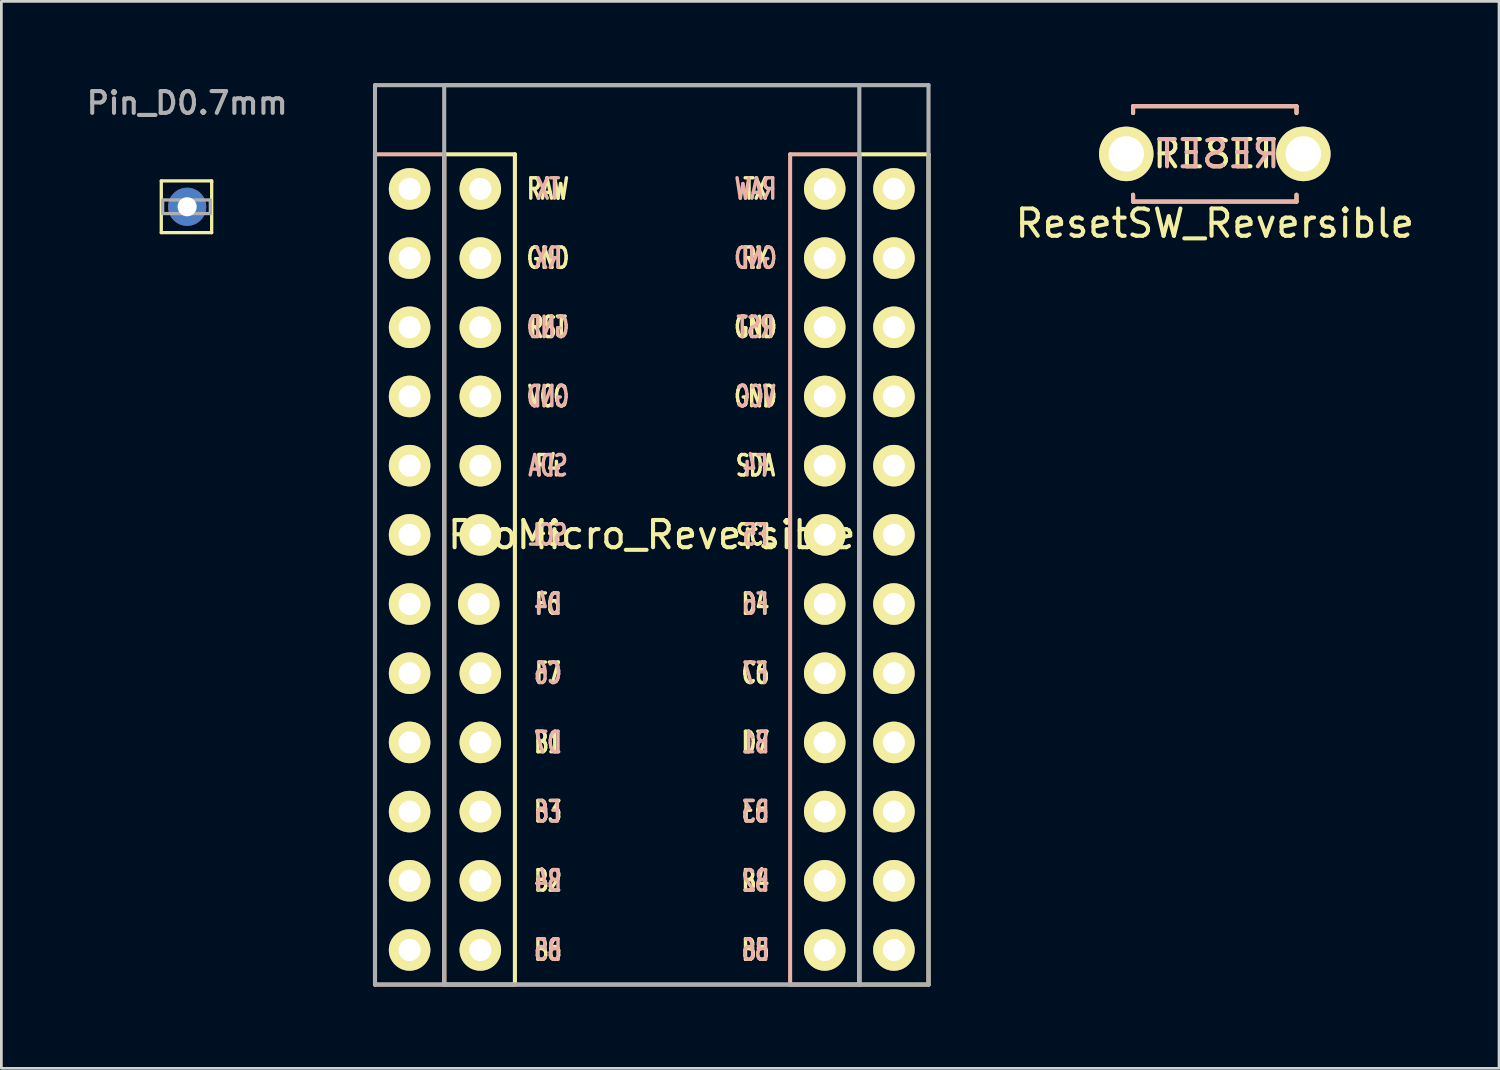
<source format=kicad_pcb>
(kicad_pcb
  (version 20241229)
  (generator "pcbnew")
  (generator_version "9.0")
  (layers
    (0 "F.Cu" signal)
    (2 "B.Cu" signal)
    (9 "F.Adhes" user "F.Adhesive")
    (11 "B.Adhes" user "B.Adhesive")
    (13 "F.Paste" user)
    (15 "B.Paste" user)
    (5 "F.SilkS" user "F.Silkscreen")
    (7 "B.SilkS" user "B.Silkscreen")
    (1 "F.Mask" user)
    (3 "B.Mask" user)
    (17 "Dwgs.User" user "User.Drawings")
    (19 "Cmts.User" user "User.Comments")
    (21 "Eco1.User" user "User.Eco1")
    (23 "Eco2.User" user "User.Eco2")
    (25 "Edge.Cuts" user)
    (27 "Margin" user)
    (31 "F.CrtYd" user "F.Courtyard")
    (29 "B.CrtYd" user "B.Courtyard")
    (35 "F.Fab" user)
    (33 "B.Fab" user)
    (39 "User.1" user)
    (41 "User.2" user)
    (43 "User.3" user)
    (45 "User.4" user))
  (footprint "ResetSW_Reversible"
    (layer "F.Cu")
    (at 41.547 2.6)
    (property "Reference" "ResetSW_Reversible" (at 0 2.55 180) (layer "F.SilkS") (effects (font (size 1 1) (thickness 0.15))))
    (attr through_hole)
    (fp_line (start -3 -1.75) (end -3 -1.5) (stroke (width 0.15) (type solid)) (layer "F.SilkS"))
    (fp_line (start -3 -1.75) (end 3 -1.75) (stroke (width 0.15) (type solid)) (layer "F.SilkS"))
    (fp_line (start -3 1.75) (end -3 1.5) (stroke (width 0.15) (type solid)) (layer "F.SilkS"))
    (fp_line (start -3 1.75) (end 3 1.75) (stroke (width 0.15) (type solid)) (layer "F.SilkS"))
    (fp_line (start 3 -1.75) (end 3 -1.5) (stroke (width 0.15) (type solid)) (layer "F.SilkS"))
    (fp_line (start 3 1.75) (end 3 1.5) (stroke (width 0.15) (type solid)) (layer "F.SilkS"))
    (fp_line (start -3 -1.75) (end 3 -1.75) (stroke (width 0.15) (type solid)) (layer "B.SilkS"))
    (fp_line (start -3 -1.5) (end -3 -1.75) (stroke (width 0.15) (type solid)) (layer "B.SilkS"))
    (fp_line (start -3 1.75) (end -3 1.5) (stroke (width 0.15) (type solid)) (layer "B.SilkS"))
    (fp_line (start 3 -1.75) (end 3 -1.5) (stroke (width 0.15) (type solid)) (layer "B.SilkS"))
    (fp_line (start 3 1.5) (end 3 1.75) (stroke (width 0.15) (type solid)) (layer "B.SilkS"))
    (fp_line (start 3 1.75) (end -3 1.75) (stroke (width 0.15) (type solid)) (layer "B.SilkS"))
    (fp_line (start -2.54 -2.54) (end -2.54 2.54) (stroke (width 0.12) (type solid)) (layer "Eco2.User"))
    (fp_line (start -2.54 2.54) (end 2.54 2.54) (stroke (width 0.12) (type solid)) (layer "Eco2.User"))
    (fp_line (start 2.54 -2.54) (end -2.54 -2.54) (stroke (width 0.12) (type solid)) (layer "Eco2.User"))
    (fp_line (start 2.54 2.54) (end 2.54 -2.54) (stroke (width 0.12) (type solid)) (layer "Eco2.User"))
    (fp_text user "RESET" (at 0 0 180) (layer "F.SilkS") (effects (font (size 1 1) (thickness 0.15))))
    (fp_text user "RESET" (at 0.127 0 180) (layer "B.SilkS") (effects (font (size 1 1) (thickness 0.15)) (justify mirror)))
    (pad "1" thru_hole circle (at 3.25 0) (size 2 2) (drill 1.3) (layers "*.Cu" "*.Mask" "F.SilkS"))
    (pad "2" thru_hole circle (at -3.25 0) (size 2 2) (drill 1.3) (layers "*.Cu" "*.Mask" "F.SilkS")))
  (footprint "ProMicro_Reversible"
    (layer "F.Cu")
    (at 20.877 16.585)
    (property "Reference" "ProMicro_Reversible" (at 0 0 180) (layer "F.SilkS") (effects (font (size 1 1) (thickness 0.15))))
    (attr through_hole)
    (fp_line (start -7.62 16.51) (end -7.62 -13.97) (stroke (width 0.15) (type solid)) (layer "F.SilkS"))
    (fp_line (start -7.564 -13.97) (end -5.024 -13.97) (stroke (width 0.15) (type solid)) (layer "F.SilkS"))
    (fp_line (start -5.08 16.51) (end -7.62 16.51) (stroke (width 0.15) (type solid)) (layer "F.SilkS"))
    (fp_line (start -5.024 -13.97) (end -5.024 16.51) (stroke (width 0.15) (type solid)) (layer "F.SilkS"))
    (fp_line (start 7.62 -13.97) (end 10.16 -13.97) (stroke (width 0.15) (type solid)) (layer "F.SilkS"))
    (fp_line (start 7.62 16.51) (end 7.62 -13.97) (stroke (width 0.15) (type solid)) (layer "F.SilkS"))
    (fp_line (start 10.16 -13.97) (end 10.16 16.51) (stroke (width 0.15) (type solid)) (layer "F.SilkS"))
    (fp_line (start 10.16 16.51) (end 7.62 16.51) (stroke (width 0.15) (type solid)) (layer "F.SilkS"))
    (fp_line (start -10.16 -13.97) (end -7.62 -13.97) (stroke (width 0.15) (type solid)) (layer "B.SilkS"))
    (fp_line (start -10.16 16.51) (end -10.16 -13.97) (stroke (width 0.15) (type solid)) (layer "B.SilkS"))
    (fp_line (start -7.62 -13.97) (end -7.62 16.51) (stroke (width 0.15) (type solid)) (layer "B.SilkS"))
    (fp_line (start -7.62 16.51) (end -10.16 16.51) (stroke (width 0.15) (type solid)) (layer "B.SilkS"))
    (fp_line (start 5.08 -13.97) (end 7.62 -13.97) (stroke (width 0.15) (type solid)) (layer "B.SilkS"))
    (fp_line (start 5.08 16.51) (end 5.08 -13.97) (stroke (width 0.15) (type solid)) (layer "B.SilkS"))
    (fp_line (start 7.62 -13.97) (end 7.62 16.51) (stroke (width 0.15) (type solid)) (layer "B.SilkS"))
    (fp_line (start 7.62 16.51) (end 5.08 16.51) (stroke (width 0.15) (type solid)) (layer "B.SilkS"))
    (fp_line (start -10.16 -16.51) (end 7.62 -16.51) (stroke (width 0.15) (type solid)) (layer "F.Fab"))
    (fp_line (start -10.16 16.51) (end -10.16 -16.51) (stroke (width 0.15) (type solid)) (layer "F.Fab"))
    (fp_line (start -7.62 -16.51) (end 10.16 -16.51) (stroke (width 0.15) (type solid)) (layer "F.Fab"))
    (fp_line (start -7.62 16.51) (end -7.62 -16.51) (stroke (width 0.15) (type solid)) (layer "F.Fab"))
    (fp_line (start 7.62 -16.51) (end 7.62 16.51) (stroke (width 0.15) (type solid)) (layer "F.Fab"))
    (fp_line (start 7.62 16.51) (end -10.16 16.51) (stroke (width 0.15) (type solid)) (layer "F.Fab"))
    (fp_line (start 10.16 -16.51) (end 10.16 16.51) (stroke (width 0.15) (type solid)) (layer "F.Fab"))
    (fp_line (start 10.16 16.51) (end -7.62 16.51) (stroke (width 0.15) (type solid)) (layer "F.Fab"))
    (fp_text user "B5" (at 3.81 15.24 0) (layer "F.SilkS") (effects (font (size 0.75 0.5) (thickness 0.125))))
    (fp_text user "TX" (at 3.81 -12.7 0) (layer "F.SilkS") (effects (font (size 0.75 0.5) (thickness 0.125))))
    (fp_text user "C6" (at 3.81 5.08 0) (layer "F.SilkS") (effects (font (size 0.75 0.5) (thickness 0.125))))
    (fp_text user "B2" (at -3.81 12.7 0) (layer "F.SilkS") (effects (font (size 0.75 0.5) (thickness 0.125))))
    (fp_text user "" (at -0.5 -15.98 0) (layer "F.SilkS") (effects (font (size 1 1) (thickness 0.15))))
    (fp_text user "RX" (at 3.81 -10.16 0) (layer "F.SilkS") (effects (font (size 0.75 0.5) (thickness 0.125))))
    (fp_text user "F4" (at -3.81 -2.54 0) (layer "F.SilkS") (effects (font (size 0.75 0.5) (thickness 0.125))))
    (fp_text user "B6" (at -3.81 15.24 0) (layer "F.SilkS") (effects (font (size 0.75 0.5) (thickness 0.125))))
    (fp_text user "RAW" (at -3.81 -12.7 0) (layer "F.SilkS") (effects (font (size 0.75 0.5) (thickness 0.125))))
    (fp_text user "E6" (at 3.81 10.16 0) (layer "F.SilkS") (effects (font (size 0.75 0.5) (thickness 0.125))))
    (fp_text user "B1" (at -3.81 7.62 0) (layer "F.SilkS") (effects (font (size 0.75 0.5) (thickness 0.125))))
    (fp_text user "SCL" (at 3.81 0 0) (layer "F.SilkS") (effects (font (size 0.75 0.5) (thickness 0.125))))
    (fp_text user "RST" (at -3.81 -7.62 0) (layer "F.SilkS") (effects (font (size 0.75 0.5) (thickness 0.125))))
    (fp_text user "GND" (at 3.81 -7.62 0) (layer "F.SilkS") (effects (font (size 0.75 0.5) (thickness 0.125))))
    (fp_text user "D4" (at 3.81 2.54 0) (layer "F.SilkS") (effects (font (size 0.75 0.5) (thickness 0.125))))
    (fp_text user "GND" (at 3.81 -5.08 0) (layer "F.SilkS") (effects (font (size 0.75 0.5) (thickness 0.125))))
    (fp_text user "B3" (at -3.81 10.16 0) (layer "F.SilkS") (effects (font (size 0.75 0.5) (thickness 0.125))))
    (fp_text user "VCC" (at -3.81 -5.08 0) (layer "F.SilkS") (effects (font (size 0.75 0.5) (thickness 0.125))))
    (fp_text user "B4" (at 3.81 12.7 0) (layer "F.SilkS") (effects (font (size 0.75 0.5) (thickness 0.125))))
    (fp_text user "F6" (at -3.81 2.54 0) (layer "F.SilkS") (effects (font (size 0.75 0.5) (thickness 0.125))))
    (fp_text user "F5" (at -3.81 0 0) (layer "F.SilkS") (effects (font (size 0.75 0.5) (thickness 0.125))))
    (fp_text user "D7" (at 3.81 7.62 0) (layer "F.SilkS") (effects (font (size 0.75 0.5) (thickness 0.125))))
    (fp_text user "SDA" (at 3.81 -2.54 0) (layer "F.SilkS") (effects (font (size 0.75 0.5) (thickness 0.125))))
    (fp_text user "GND" (at -3.81 -10.16 0) (layer "F.SilkS") (effects (font (size 0.75 0.5) (thickness 0.125))))
    (fp_text user "F7" (at -3.81 5.08 0) (layer "F.SilkS") (effects (font (size 0.75 0.5) (thickness 0.125))))
    (fp_text user "RX" (at -3.81 -10.16 0) (layer "B.SilkS") (effects (font (size 0.75 0.5) (thickness 0.125)) (justify mirror)))
    (fp_text user "B4" (at -3.81 12.7 0) (layer "B.SilkS") (effects (font (size 0.75 0.5) (thickness 0.125)) (justify mirror)))
    (fp_text user "C6" (at -3.81 5.08 0) (layer "B.SilkS") (effects (font (size 0.75 0.5) (thickness 0.125)) (justify mirror)))
    (fp_text user "VCC" (at 3.81 -5.08 0) (layer "B.SilkS") (effects (font (size 0.75 0.5) (thickness 0.125)) (justify mirror)))
    (fp_text user "TX" (at -3.81 -12.7 0) (layer "B.SilkS") (effects (font (size 0.75 0.5) (thickness 0.125)) (justify mirror)))
    (fp_text user "D4" (at -3.81 2.54 0) (layer "B.SilkS") (effects (font (size 0.75 0.5) (thickness 0.125)) (justify mirror)))
    (fp_text user "RAW" (at 3.81 -12.7 0) (layer "B.SilkS") (effects (font (size 0.75 0.5) (thickness 0.125)) (justify mirror)))
    (fp_text user "GND" (at -3.81 -7.62 0) (layer "B.SilkS") (effects (font (size 0.75 0.5) (thickness 0.125)) (justify mirror)))
    (fp_text user "B6" (at 3.81 15.24 0) (layer "B.SilkS") (effects (font (size 0.75 0.5) (thickness 0.125)) (justify mirror)))
    (fp_text user "GND" (at -3.81 -5.08 0) (layer "B.SilkS") (effects (font (size 0.75 0.5) (thickness 0.125)) (justify mirror)))
    (fp_text user "F5" (at 3.81 0 0) (layer "B.SilkS") (effects (font (size 0.75 0.5) (thickness 0.125)) (justify mirror)))
    (fp_text user "D7" (at -3.81 7.62 0) (layer "B.SilkS") (effects (font (size 0.75 0.5) (thickness 0.125)) (justify mirror)))
    (fp_text user "F4" (at 3.81 -2.54 0) (layer "B.SilkS") (effects (font (size 0.75 0.5) (thickness 0.125)) (justify mirror)))
    (fp_text user "RST" (at 3.81 -7.62 0) (layer "B.SilkS") (effects (font (size 0.75 0.5) (thickness 0.125)) (justify mirror)))
    (fp_text user "E6" (at -3.81 10.16 0) (layer "B.SilkS") (effects (font (size 0.75 0.5) (thickness 0.125)) (justify mirror)))
    (fp_text user "B3" (at 3.81 10.16 0) (layer "B.SilkS") (effects (font (size 0.75 0.5) (thickness 0.125)) (justify mirror)))
    (fp_text user "F7" (at 3.81 5.08 0) (layer "B.SilkS") (effects (font (size 0.75 0.5) (thickness 0.125)) (justify mirror)))
    (fp_text user "SDA" (at -3.81 -2.54 0) (layer "B.SilkS") (effects (font (size 0.75 0.5) (thickness 0.125)) (justify mirror)))
    (fp_text user "GND" (at 3.81 -10.16 0) (layer "B.SilkS") (effects (font (size 0.75 0.5) (thickness 0.125)) (justify mirror)))
    (fp_text user "B2" (at 3.81 12.7 0) (layer "B.SilkS") (effects (font (size 0.75 0.5) (thickness 0.125)) (justify mirror)))
    (fp_text user "F6" (at 3.81 2.54 0) (layer "B.SilkS") (effects (font (size 0.75 0.5) (thickness 0.125)) (justify mirror)))
    (fp_text user "" (at -1.206 -14.986 0) (layer "B.SilkS") (effects (font (size 1 1) (thickness 0.15)) (justify mirror)))
    (fp_text user "B5" (at -3.81 15.24 0) (layer "B.SilkS") (effects (font (size 0.75 0.5) (thickness 0.125)) (justify mirror)))
    (fp_text user "B1" (at 3.81 7.62 0) (layer "B.SilkS") (effects (font (size 0.75 0.5) (thickness 0.125)) (justify mirror)))
    (fp_text user "SCL" (at -3.81 0 0) (layer "B.SilkS") (effects (font (size 0.75 0.5) (thickness 0.125)) (justify mirror)))
    (pad "1" thru_hole circle (at -8.89 -12.7) (size 1.524 1.524) (drill 0.813) (layers "*.Cu" "*.Mask" "F.SilkS"))
    (pad "1" thru_hole circle (at 8.89 -12.7) (size 1.524 1.524) (drill 0.813) (layers "*.Cu" "*.Mask" "F.SilkS"))
    (pad "2" thru_hole circle (at -8.89 -10.16) (size 1.524 1.524) (drill 0.813) (layers "*.Cu" "*.Mask" "F.SilkS"))
    (pad "2" thru_hole circle (at 8.89 -10.16) (size 1.524 1.524) (drill 0.813) (layers "*.Cu" "*.Mask" "F.SilkS"))
    (pad "3" thru_hole circle (at -8.89 -7.62) (size 1.524 1.524) (drill 0.813) (layers "*.Cu" "*.Mask" "F.SilkS"))
    (pad "3" thru_hole circle (at 8.89 -7.62) (size 1.524 1.524) (drill 0.813) (layers "*.Cu" "*.Mask" "F.SilkS"))
    (pad "4" thru_hole circle (at -8.89 -5.08) (size 1.524 1.524) (drill 0.813) (layers "*.Cu" "*.Mask" "F.SilkS"))
    (pad "4" thru_hole circle (at 8.89 -5.08) (size 1.524 1.524) (drill 0.813) (layers "*.Cu" "*.Mask" "F.SilkS"))
    (pad "5" thru_hole circle (at -8.89 -2.54) (size 1.524 1.524) (drill 0.813) (layers "*.Cu" "*.Mask" "F.SilkS"))
    (pad "5" thru_hole circle (at 8.89 -2.54) (size 1.524 1.524) (drill 0.813) (layers "*.Cu" "*.Mask" "F.SilkS"))
    (pad "6" thru_hole circle (at -8.89 0) (size 1.524 1.524) (drill 0.813) (layers "*.Cu" "*.Mask" "F.SilkS"))
    (pad "6" thru_hole circle (at 8.89 0) (size 1.524 1.524) (drill 0.813) (layers "*.Cu" "*.Mask" "F.SilkS"))
    (pad "7" thru_hole circle (at -8.89 2.54) (size 1.524 1.524) (drill 0.813) (layers "*.Cu" "*.Mask" "F.SilkS"))
    (pad "7" thru_hole circle (at 8.89 2.54) (size 1.524 1.524) (drill 0.813) (layers "*.Cu" "*.Mask" "F.SilkS"))
    (pad "8" thru_hole circle (at -8.89 5.08) (size 1.524 1.524) (drill 0.813) (layers "*.Cu" "*.Mask" "F.SilkS"))
    (pad "8" thru_hole circle (at 8.89 5.08) (size 1.524 1.524) (drill 0.813) (layers "*.Cu" "*.Mask" "F.SilkS"))
    (pad "9" thru_hole circle (at -8.89 7.62) (size 1.524 1.524) (drill 0.813) (layers "*.Cu" "*.Mask" "F.SilkS"))
    (pad "9" thru_hole circle (at 8.89 7.62) (size 1.524 1.524) (drill 0.813) (layers "*.Cu" "*.Mask" "F.SilkS"))
    (pad "10" thru_hole circle (at -8.89 10.16) (size 1.524 1.524) (drill 0.813) (layers "*.Cu" "*.Mask" "F.SilkS"))
    (pad "10" thru_hole circle (at 8.89 10.16) (size 1.524 1.524) (drill 0.813) (layers "*.Cu" "*.Mask" "F.SilkS"))
    (pad "11" thru_hole circle (at -8.89 12.7) (size 1.524 1.524) (drill 0.813) (layers "*.Cu" "*.Mask" "F.SilkS"))
    (pad "11" thru_hole circle (at 8.89 12.7) (size 1.524 1.524) (drill 0.813) (layers "*.Cu" "*.Mask" "F.SilkS"))
    (pad "12" thru_hole circle (at -8.89 15.24) (size 1.524 1.524) (drill 0.813) (layers "*.Cu" "*.Mask" "F.SilkS"))
    (pad "12" thru_hole circle (at 8.89 15.24) (size 1.524 1.524) (drill 0.813) (layers "*.Cu" "*.Mask" "F.SilkS"))
    (pad "13" thru_hole circle (at -6.294 15.24) (size 1.524 1.524) (drill 0.813) (layers "*.Cu" "*.Mask" "F.SilkS"))
    (pad "13" thru_hole circle (at 6.35 15.24) (size 1.524 1.524) (drill 0.813) (layers "*.Cu" "*.Mask" "F.SilkS"))
    (pad "14" thru_hole circle (at -6.294 12.7) (size 1.524 1.524) (drill 0.813) (layers "*.Cu" "*.Mask" "F.SilkS"))
    (pad "14" thru_hole circle (at 6.35 12.7) (size 1.524 1.524) (drill 0.813) (layers "*.Cu" "*.Mask" "F.SilkS"))
    (pad "15" thru_hole circle (at -6.294 10.16) (size 1.524 1.524) (drill 0.813) (layers "*.Cu" "*.Mask" "F.SilkS"))
    (pad "15" thru_hole circle (at 6.35 10.16) (size 1.524 1.524) (drill 0.813) (layers "*.Cu" "*.Mask" "F.SilkS"))
    (pad "16" thru_hole circle (at -6.294 7.62) (size 1.524 1.524) (drill 0.813) (layers "*.Cu" "*.Mask" "F.SilkS"))
    (pad "16" thru_hole circle (at 6.35 7.62) (size 1.524 1.524) (drill 0.813) (layers "*.Cu" "*.Mask" "F.SilkS"))
    (pad "17" thru_hole circle (at -6.294 5.08) (size 1.524 1.524) (drill 0.813) (layers "*.Cu" "*.Mask" "F.SilkS"))
    (pad "17" thru_hole circle (at 6.35 5.08) (size 1.524 1.524) (drill 0.813) (layers "*.Cu" "*.Mask" "F.SilkS"))
    (pad "18" thru_hole circle (at -6.35 2.54) (size 1.524 1.524) (drill 0.813) (layers "*.Cu" "*.Mask" "F.SilkS"))
    (pad "18" thru_hole circle (at 6.35 2.54) (size 1.524 1.524) (drill 0.813) (layers "*.Cu" "*.Mask" "F.SilkS"))
    (pad "19" thru_hole circle (at -6.294 0) (size 1.524 1.524) (drill 0.813) (layers "*.Cu" "*.Mask" "F.SilkS"))
    (pad "19" thru_hole circle (at 6.35 0) (size 1.524 1.524) (drill 0.813) (layers "*.Cu" "*.Mask" "F.SilkS"))
    (pad "20" thru_hole circle (at -6.294 -2.54) (size 1.524 1.524) (drill 0.813) (layers "*.Cu" "*.Mask" "F.SilkS"))
    (pad "20" thru_hole circle (at 6.35 -2.54) (size 1.524 1.524) (drill 0.813) (layers "*.Cu" "*.Mask" "F.SilkS"))
    (pad "21" thru_hole circle (at -6.294 -5.08) (size 1.524 1.524) (drill 0.813) (layers "*.Cu" "*.Mask" "F.SilkS"))
    (pad "21" thru_hole circle (at 6.35 -5.08) (size 1.524 1.524) (drill 0.813) (layers "*.Cu" "*.Mask" "F.SilkS"))
    (pad "22" thru_hole circle (at -6.294 -7.62) (size 1.524 1.524) (drill 0.813) (layers "*.Cu" "*.Mask" "F.SilkS"))
    (pad "22" thru_hole circle (at 6.35 -7.62) (size 1.524 1.524) (drill 0.813) (layers "*.Cu" "*.Mask" "F.SilkS"))
    (pad "23" thru_hole circle (at -6.294 -10.16) (size 1.524 1.524) (drill 0.813) (layers "*.Cu" "*.Mask" "F.SilkS"))
    (pad "23" thru_hole circle (at 6.35 -10.16) (size 1.524 1.524) (drill 0.813) (layers "*.Cu" "*.Mask" "F.SilkS"))
    (pad "24" thru_hole circle (at -6.294 -12.7) (size 1.524 1.524) (drill 0.813) (layers "*.Cu" "*.Mask" "F.SilkS"))
    (pad "24" thru_hole circle (at 6.35 -12.7) (size 1.524 1.524) (drill 0.813) (layers "*.Cu" "*.Mask" "F.SilkS")))
  (footprint "Pin_D0.7mm"
    (layer "F.Cu")
    (at 3.821 4.541)
    (property "Reference" "Pin_D0.7mm" (at 0 -3.81 0) (layer "F.Fab") (effects (font (size 0.8 0.8) (thickness 0.15))))
    (attr through_hole)
    (fp_line (start -0.95 -0.95) (end -0.95 0.95) (stroke (width 0.12) (type solid)) (layer "F.SilkS"))
    (fp_line (start -0.95 0.95) (end 0.9 0.95) (stroke (width 0.12) (type solid)) (layer "F.SilkS"))
    (fp_line (start 0.9 -0.95) (end -0.95 -0.95) (stroke (width 0.12) (type solid)) (layer "F.SilkS"))
    (fp_line (start 0.9 -0.9) (end 0.9 -0.95) (stroke (width 0.12) (type solid)) (layer "F.SilkS"))
    (fp_line (start 0.9 0.95) (end 0.9 -0.9) (stroke (width 0.12) (type solid)) (layer "F.SilkS"))
    (fp_line (start -0.9 -0.25) (end 0.85 -0.25) (stroke (width 0.12) (type solid)) (layer "F.Fab"))
    (fp_line (start -0.9 0.25) (end -0.9 -0.25) (stroke (width 0.12) (type solid)) (layer "F.Fab"))
    (fp_line (start 0.85 -0.25) (end 0.85 0.25) (stroke (width 0.12) (type solid)) (layer "F.Fab"))
    (fp_line (start 0.85 0.25) (end -0.9 0.25) (stroke (width 0.12) (type solid)) (layer "F.Fab"))
    (pad "1" thru_hole circle (at 0 0) (size 1.4 1.4) (drill 0.7) (layers "*.Cu" "*.Mask")))
  (gr_rect
    (start -3 -3)
    (end 51.981 36.17)
    (stroke (width 0.1) (type default))
    (fill no)
    (layer "Edge.Cuts")))
</source>
